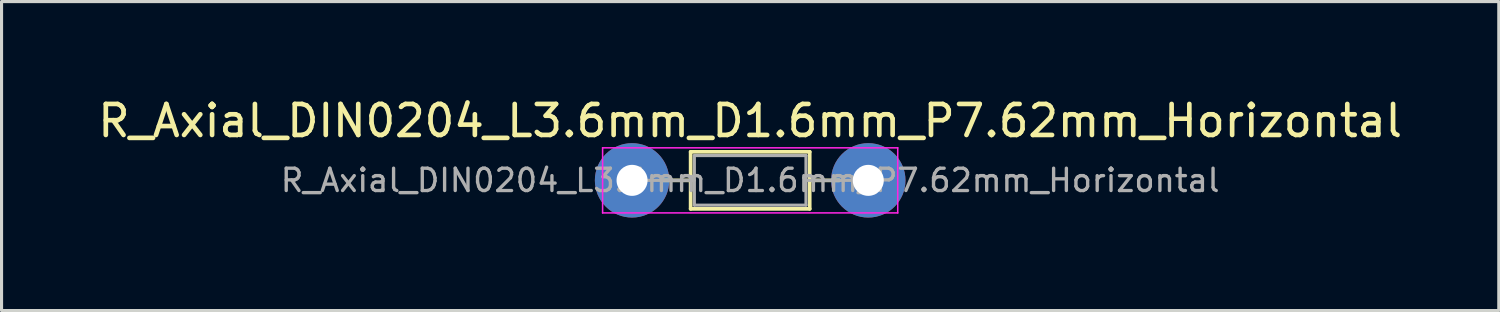
<source format=kicad_pcb>
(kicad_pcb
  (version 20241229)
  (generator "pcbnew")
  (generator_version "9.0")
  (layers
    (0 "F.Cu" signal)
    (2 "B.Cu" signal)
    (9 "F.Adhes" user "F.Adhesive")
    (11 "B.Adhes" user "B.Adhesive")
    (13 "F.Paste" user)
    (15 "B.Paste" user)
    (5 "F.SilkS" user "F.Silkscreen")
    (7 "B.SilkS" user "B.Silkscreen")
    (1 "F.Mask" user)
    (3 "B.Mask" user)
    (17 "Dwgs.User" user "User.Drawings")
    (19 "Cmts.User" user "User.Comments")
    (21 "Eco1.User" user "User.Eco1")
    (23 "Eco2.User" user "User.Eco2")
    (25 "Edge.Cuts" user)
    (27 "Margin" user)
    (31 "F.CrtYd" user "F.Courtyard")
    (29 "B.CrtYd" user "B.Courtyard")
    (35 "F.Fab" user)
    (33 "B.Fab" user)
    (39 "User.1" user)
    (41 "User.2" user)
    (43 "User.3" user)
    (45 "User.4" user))
  (footprint "R_Axial_DIN0204_L3.6mm_D1.6mm_P7.62mm_Horizontal"
    (layer "F.Cu")
    (at 17.339 2.768)
    (property "Reference" "R_Axial_DIN0204_L3.6mm_D1.6mm_P7.62mm_Horizontal" (at 3.81 -1.92 0) (layer "F.SilkS") (effects (font (size 1 1) (thickness 0.15))))
    (attr through_hole)
    (fp_line (start 0.94 0) (end 1.89 0) (stroke (width 0.12) (type solid)) (layer "F.SilkS"))
    (fp_line (start 1.89 -0.92) (end 1.89 0.92) (stroke (width 0.12) (type solid)) (layer "F.SilkS"))
    (fp_line (start 1.89 0.92) (end 5.73 0.92) (stroke (width 0.12) (type solid)) (layer "F.SilkS"))
    (fp_line (start 5.73 -0.92) (end 1.89 -0.92) (stroke (width 0.12) (type solid)) (layer "F.SilkS"))
    (fp_line (start 5.73 0.92) (end 5.73 -0.92) (stroke (width 0.12) (type solid)) (layer "F.SilkS"))
    (fp_line (start 6.68 0) (end 5.73 0) (stroke (width 0.12) (type solid)) (layer "F.SilkS"))
    (fp_line (start -0.95 -1.05) (end -0.95 1.05) (stroke (width 0.05) (type solid)) (layer "F.CrtYd"))
    (fp_line (start -0.95 1.05) (end 8.57 1.05) (stroke (width 0.05) (type solid)) (layer "F.CrtYd"))
    (fp_line (start 8.57 -1.05) (end -0.95 -1.05) (stroke (width 0.05) (type solid)) (layer "F.CrtYd"))
    (fp_line (start 8.57 1.05) (end 8.57 -1.05) (stroke (width 0.05) (type solid)) (layer "F.CrtYd"))
    (fp_line (start 0 0) (end 2.01 0) (stroke (width 0.1) (type solid)) (layer "F.Fab"))
    (fp_line (start 2.01 -0.8) (end 2.01 0.8) (stroke (width 0.1) (type solid)) (layer "F.Fab"))
    (fp_line (start 2.01 0.8) (end 5.61 0.8) (stroke (width 0.1) (type solid)) (layer "F.Fab"))
    (fp_line (start 5.61 -0.8) (end 2.01 -0.8) (stroke (width 0.1) (type solid)) (layer "F.Fab"))
    (fp_line (start 5.61 0.8) (end 5.61 -0.8) (stroke (width 0.1) (type solid)) (layer "F.Fab"))
    (fp_line (start 7.62 0) (end 5.61 0) (stroke (width 0.1) (type solid)) (layer "F.Fab"))
    (fp_text user "${REFERENCE}" (at 3.81 0 0) (layer "F.Fab") (effects (font (size 0.72 0.72) (thickness 0.108))))
    (pad "1" thru_hole circle (at 0 0) (size 2.4 2.4) (drill 1) (layers "*.Cu" "*.Mask"))
    (pad "2" thru_hole oval (at 7.62 0) (size 2.4 2.4) (drill 1) (layers "*.Cu" "*.Mask")))
  (gr_rect
    (start -3 -3)
    (end 45.298 6.968)
    (stroke (width 0.1) (type default))
    (fill no)
    (layer "Edge.Cuts")))
</source>
